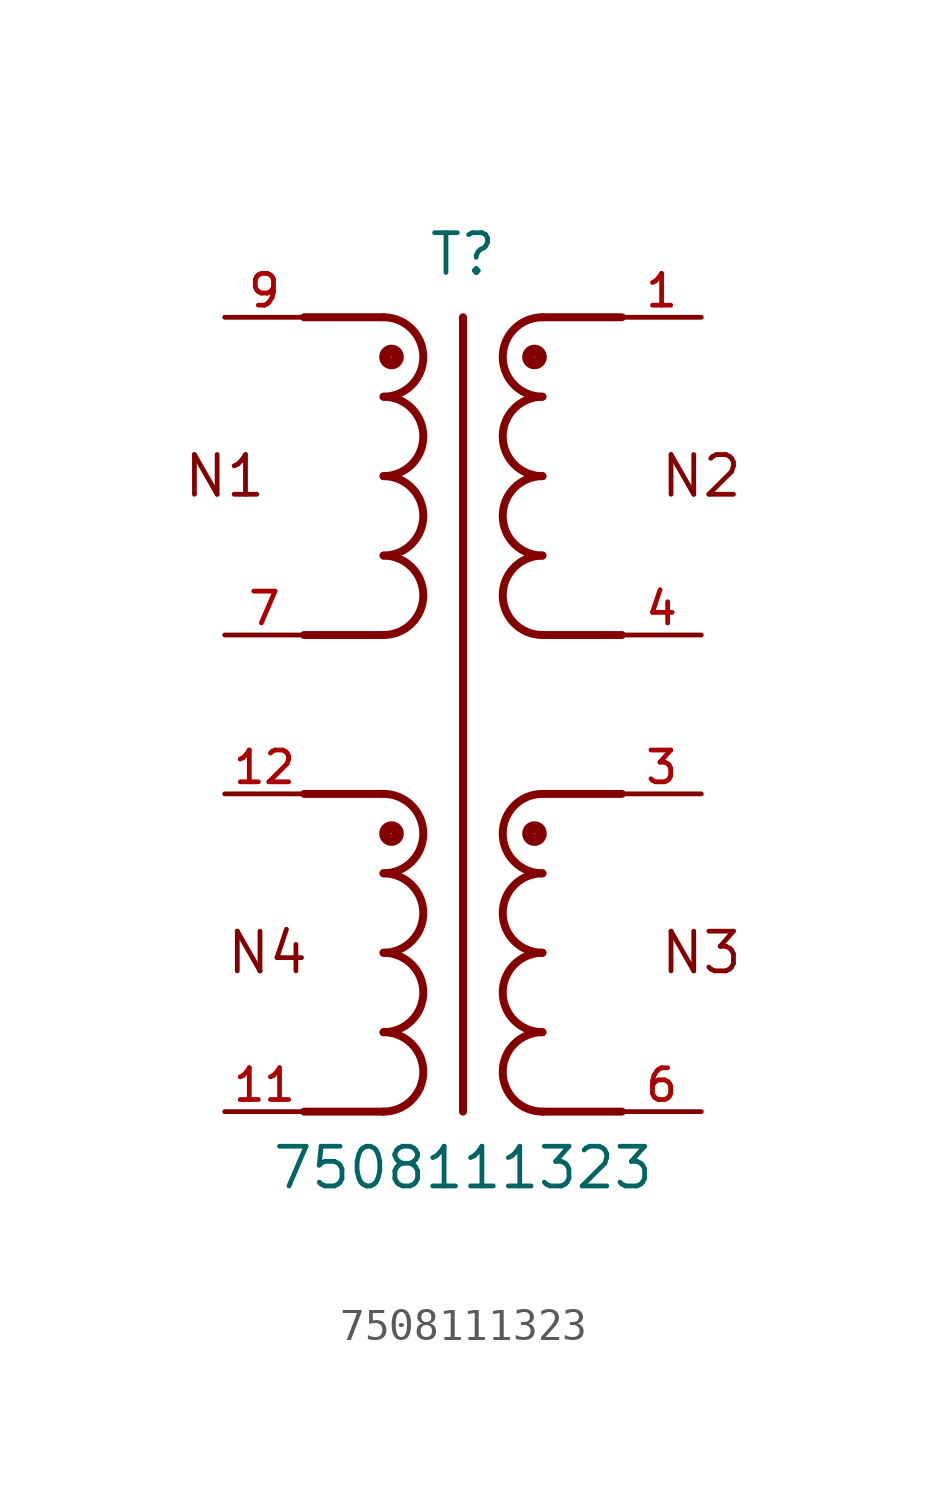
<source format=kicad_sym>
(kicad_symbol_lib
  (version 20211014)
  (generator kicad_symbol_editor)
  (symbol "7508111323"
    (pin_names
      (offset 1.016))
    (property "Reference" "T"
      (at 0.0 13.97 0)
      (effects (font (size 1.27 1.27)) (justify bottom)))
    (property "Value" "7508111323"
      (at 0.0 -15.24 0)
      (effects (font (size 1.27 1.27)) (justify bottom)))
    (symbol "7508111323_0_0"
      (text "N1" (at -7.62 7.62 0) (effects (font (size 1.27 1.27))))
      (text "N4" (at -7.62 -7.62 0) (effects (font (size 1.27 1.27)) (justify left)))
      (text "N3" (at 7.62 -7.62 0) (effects (font (size 1.27 1.27))))
      (text "N2" (at 7.62 7.62 0) (effects (font (size 1.27 1.27))))
      (arc (start -2.54 10.16) (mid -1.27 11.43) (end -2.54 12.7) (stroke (width 0.254) (type default) (color 0 0 0 0)) (fill (type none)))
      (arc (start -2.54 7.62) (mid -1.27 8.89) (end -2.54 10.16) (stroke (width 0.254) (type default) (color 0 0 0 0)) (fill (type none)))
      (arc (start -2.54 5.08) (mid -1.27 6.35) (end -2.54 7.62) (stroke (width 0.254) (type default) (color 0 0 0 0)) (fill (type none)))
      (arc (start -2.54 2.54) (mid -1.27 3.81) (end -2.54 5.08) (stroke (width 0.254) (type default) (color 0 0 0 0)) (fill (type none)))
      (polyline (pts (xy -2.54 12.7) (xy -5.08 12.7)) (stroke (width 0.254)))
      (polyline (pts (xy 0.0 12.7) (xy 0.0 -12.7)) (stroke (width 0.254)))
      (polyline (pts (xy -2.54 2.54) (xy -5.08 2.54)) (stroke (width 0.254)))
      (arc (start -2.54 -5.08) (mid -1.27 -3.81) (end -2.54 -2.54) (stroke (width 0.254) (type default) (color 0 0 0 0)) (fill (type none)))
      (arc (start -2.54 -7.62) (mid -1.27 -6.35) (end -2.54 -5.08) (stroke (width 0.254) (type default) (color 0 0 0 0)) (fill (type none)))
      (arc (start -2.54 -10.16) (mid -1.27 -8.89) (end -2.54 -7.62) (stroke (width 0.254) (type default) (color 0 0 0 0)) (fill (type none)))
      (arc (start -2.54 -12.7) (mid -1.27 -11.43) (end -2.54 -10.16) (stroke (width 0.254) (type default) (color 0 0 0 0)) (fill (type none)))
      (polyline (pts (xy -2.54 -2.54) (xy -5.08 -2.54)) (stroke (width 0.254)))
      (arc (start 2.54 -10.16) (mid 1.27 -11.43) (end 2.54 -12.7) (stroke (width 0.254) (type default) (color 0 0 0 0)) (fill (type none)))
      (arc (start 2.54 -7.62) (mid 1.27 -8.89) (end 2.54 -10.16) (stroke (width 0.254) (type default) (color 0 0 0 0)) (fill (type none)))
      (arc (start 2.54 -5.08) (mid 1.27 -6.35) (end 2.54 -7.62) (stroke (width 0.254) (type default) (color 0 0 0 0)) (fill (type none)))
      (arc (start 2.54 -2.54) (mid 1.27 -3.81) (end 2.54 -5.08) (stroke (width 0.254) (type default) (color 0 0 0 0)) (fill (type none)))
      (polyline (pts (xy 2.54 -2.54) (xy 5.08 -2.54)) (stroke (width 0.254)))
      (polyline (pts (xy 2.54 -12.7) (xy 5.08 -12.7)) (stroke (width 0.254)))
      (polyline (pts (xy -2.54 -12.7) (xy -5.08 -12.7)) (stroke (width 0.254)))
      (arc (start 2.54 5.08) (mid 1.27 3.81) (end 2.54 2.54) (stroke (width 0.254) (type default) (color 0 0 0 0)) (fill (type none)))
      (arc (start 2.54 7.62) (mid 1.27 6.35) (end 2.54 5.08) (stroke (width 0.254) (type default) (color 0 0 0 0)) (fill (type none)))
      (arc (start 2.54 10.16) (mid 1.27 8.89) (end 2.54 7.62) (stroke (width 0.254) (type default) (color 0 0 0 0)) (fill (type none)))
      (arc (start 2.54 12.7) (mid 1.27 11.43) (end 2.54 10.16) (stroke (width 0.254) (type default) (color 0 0 0 0)) (fill (type none)))
      (polyline (pts (xy 2.54 12.7) (xy 5.08 12.7)) (stroke (width 0.254)))
      (polyline (pts (xy 2.54 2.54) (xy 5.08 2.54)) (stroke (width 0.254)))
      (circle (center -2.286 11.43) (radius 0.203) (stroke (width 0.381)) (fill (type none)))
      (circle (center -2.286 -3.81) (radius 0.203) (stroke (width 0.381)) (fill (type none)))
      (circle (center 2.286 -3.81) (radius 0.203) (stroke (width 0.381)) (fill (type none)))
      (circle (center 2.286 11.43) (radius 0.203) (stroke (width 0.381)) (fill (type none)))
      (pin passive line (at 7.62 12.7 180.0) (length 2.54) (name "~" (effects (font (size 1.016 1.016)))) (number "1" (effects (font (size 1.016 1.016)))))
      (pin passive line (at -7.62 2.54 0) (length 2.54) (name "~" (effects (font (size 1.016 1.016)))) (number "7" (effects (font (size 1.016 1.016)))))
      (pin passive line (at 7.62 -12.7 180.0) (length 2.54) (name "~" (effects (font (size 1.016 1.016)))) (number "6" (effects (font (size 1.016 1.016)))))
      (pin passive line (at -7.62 -12.7 0) (length 2.54) (name "~" (effects (font (size 1.016 1.016)))) (number "11" (effects (font (size 1.016 1.016)))))
      (pin passive line (at 7.62 -2.54 180.0) (length 2.54) (name "~" (effects (font (size 1.016 1.016)))) (number "3" (effects (font (size 1.016 1.016)))))
      (pin passive line (at -7.62 -2.54 0) (length 2.54) (name "~" (effects (font (size 1.016 1.016)))) (number "12" (effects (font (size 1.016 1.016)))))
      (pin passive line (at -7.62 12.7 0) (length 2.54) (name "~" (effects (font (size 1.016 1.016)))) (number "9" (effects (font (size 1.016 1.016)))))
      (pin passive line (at 7.62 2.54 180.0) (length 2.54) (name "~" (effects (font (size 1.016 1.016)))) (number "4" (effects (font (size 1.016 1.016))))))))
</source>
